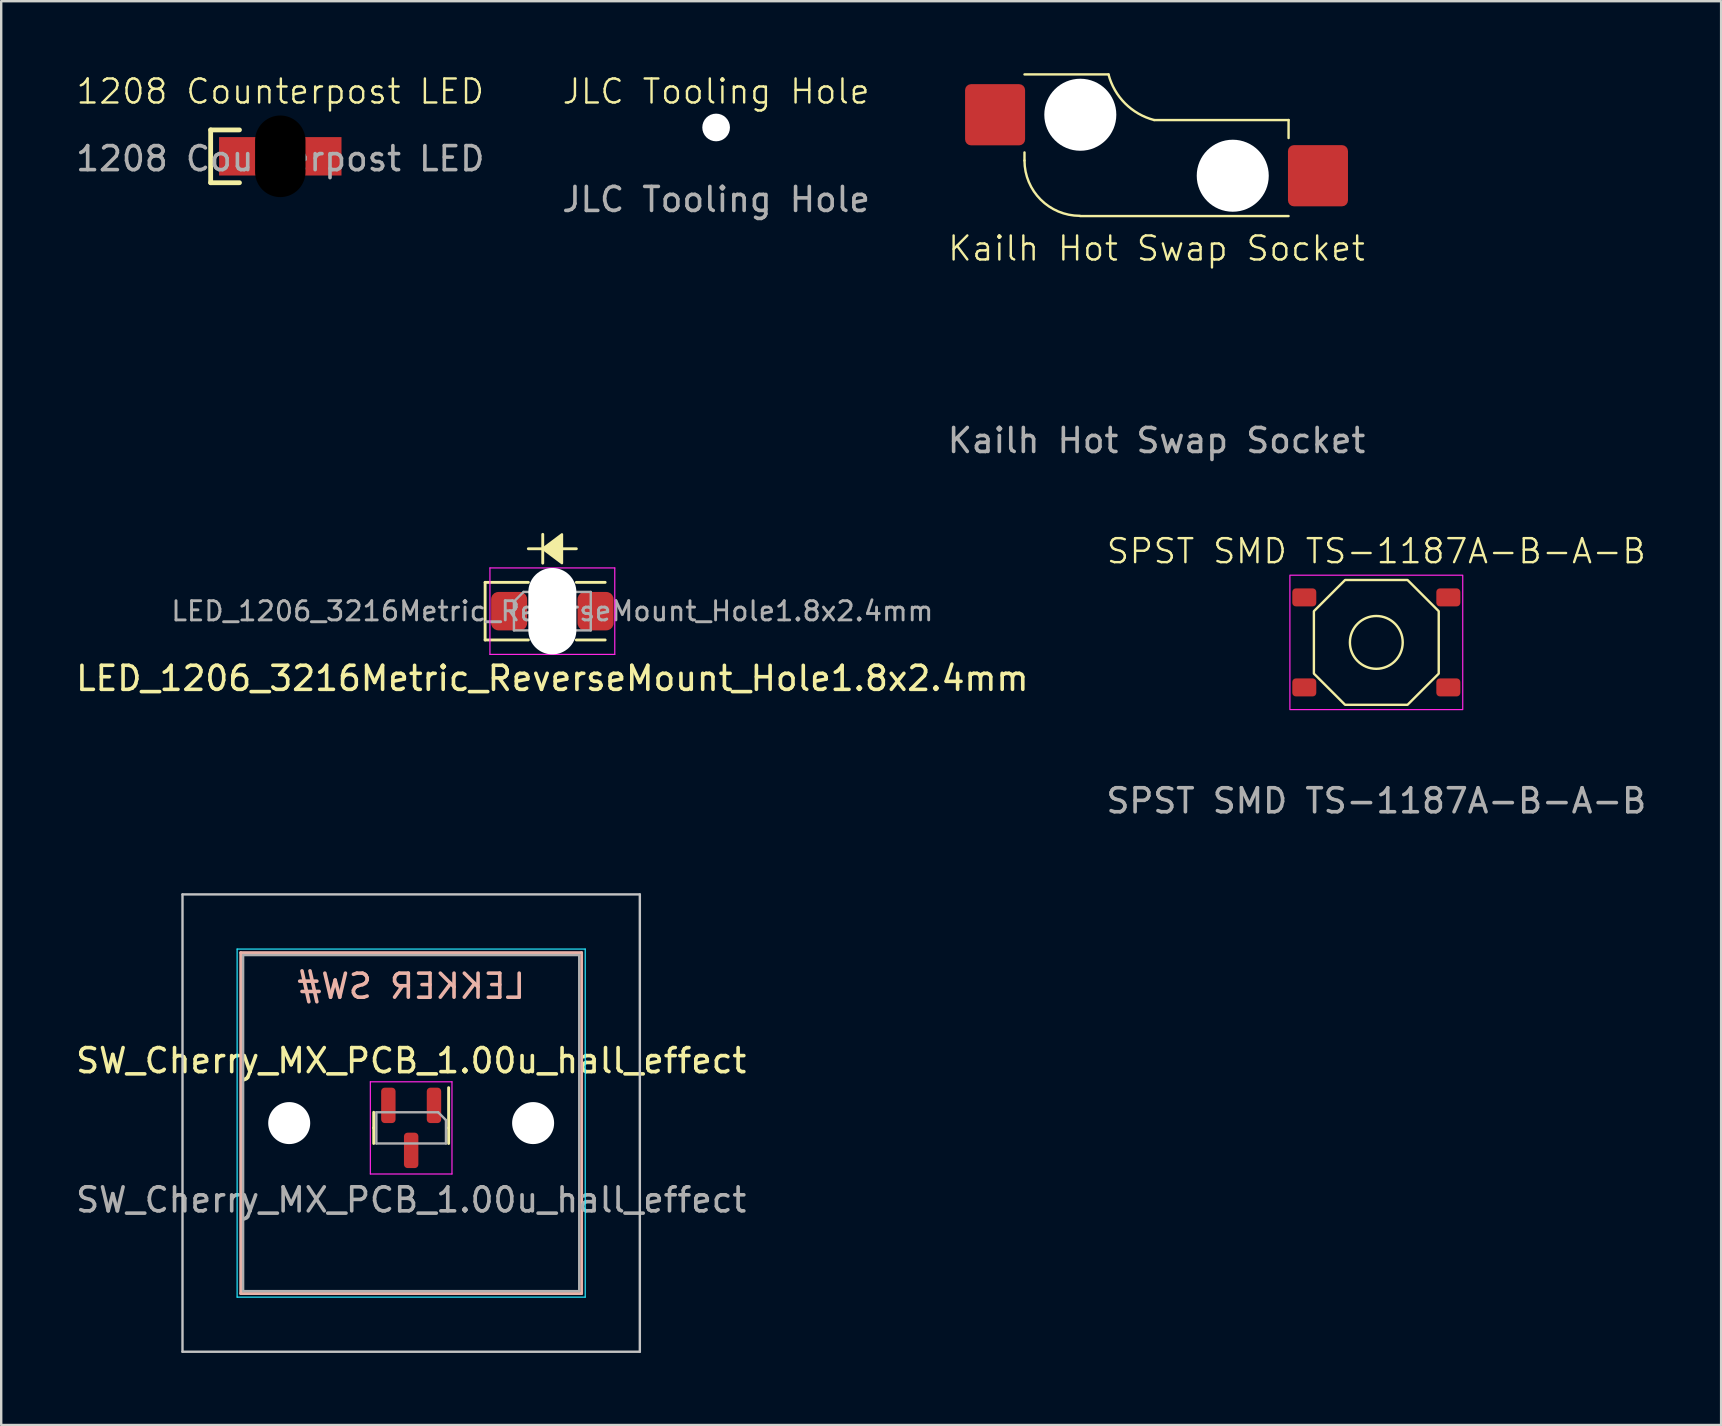
<source format=kicad_pcb>
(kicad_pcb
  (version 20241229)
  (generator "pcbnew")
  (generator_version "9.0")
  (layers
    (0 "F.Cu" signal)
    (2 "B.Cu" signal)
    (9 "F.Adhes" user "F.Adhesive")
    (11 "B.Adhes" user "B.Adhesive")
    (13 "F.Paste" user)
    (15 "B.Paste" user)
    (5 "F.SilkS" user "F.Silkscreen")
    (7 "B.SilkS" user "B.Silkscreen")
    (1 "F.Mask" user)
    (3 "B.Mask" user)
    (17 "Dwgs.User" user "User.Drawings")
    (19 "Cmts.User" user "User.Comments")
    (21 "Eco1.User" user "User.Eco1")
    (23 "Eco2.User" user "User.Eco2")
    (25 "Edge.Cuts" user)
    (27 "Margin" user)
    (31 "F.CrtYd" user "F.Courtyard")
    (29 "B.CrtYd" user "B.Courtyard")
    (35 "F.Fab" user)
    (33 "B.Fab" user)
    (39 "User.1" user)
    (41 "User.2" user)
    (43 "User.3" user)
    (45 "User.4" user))
  (footprint "JLC Tooling Hole"
    (layer "F.Cu")
    (at 26.78 2.26)
    (property "Reference" "JLC Tooling Hole" (at 0 -1.5 0) (unlocked yes) (layer "F.SilkS") (effects (font (size 1 1) (thickness 0.1))))
    (attr through_hole)
    (fp_text user "${REFERENCE}" (at 0 3 0) (unlocked yes) (layer "F.Fab") (effects (font (size 1 1) (thickness 0.15))))
    (pad "" np_thru_hole circle (at 0 0) (size 1.152 1.152) (drill 1.152) (layers "*.Cu" "*.Mask")))
  (footprint "SW_Cherry_MX_PCB_1.00u_hall_effect"
    (layer "F.Cu")
    (at 14.077 43.732)
    (property "Reference" "SW_Cherry_MX_PCB_1.00u_hall_effect" (at 0 -2.6 0) (layer "F.SilkS") (effects (font (size 1 1) (thickness 0.15))))
    (attr through_hole)
    (fp_line (start -1.56 0.2) (end -1.56 -0.45) (stroke (width 0.12) (type solid)) (layer "F.SilkS"))
    (fp_line (start -1.56 0.2) (end -1.56 0.85) (stroke (width 0.12) (type solid)) (layer "F.SilkS"))
    (fp_line (start 1.56 0.2) (end 1.56 -1.475) (stroke (width 0.12) (type solid)) (layer "F.SilkS"))
    (fp_line (start 1.56 0.2) (end 1.56 0.85) (stroke (width 0.12) (type solid)) (layer "F.SilkS"))
    (fp_line (start -7.1 -7.1) (end -7.1 7.1) (stroke (width 0.12) (type solid)) (layer "B.SilkS"))
    (fp_line (start -7.1 7.1) (end 7.1 7.1) (stroke (width 0.12) (type solid)) (layer "B.SilkS"))
    (fp_line (start 7.1 -7.1) (end -7.1 -7.1) (stroke (width 0.12) (type solid)) (layer "B.SilkS"))
    (fp_line (start 7.1 7.1) (end 7.1 -7.1) (stroke (width 0.12) (type solid)) (layer "B.SilkS"))
    (fp_line (start -9.525 -9.525) (end -9.525 9.525) (stroke (width 0.1) (type solid)) (layer "Dwgs.User"))
    (fp_line (start -9.525 9.525) (end 9.525 9.525) (stroke (width 0.1) (type solid)) (layer "Dwgs.User"))
    (fp_line (start 9.525 -9.525) (end -9.525 -9.525) (stroke (width 0.1) (type solid)) (layer "Dwgs.User"))
    (fp_line (start 9.525 9.525) (end 9.525 -9.525) (stroke (width 0.1) (type solid)) (layer "Dwgs.User"))
    (fp_line (start -7 -7) (end -7 7) (stroke (width 0.1) (type solid)) (layer "Eco1.User"))
    (fp_line (start -7 7) (end 7 7) (stroke (width 0.1) (type solid)) (layer "Eco1.User"))
    (fp_line (start 7 -7) (end -7 -7) (stroke (width 0.1) (type solid)) (layer "Eco1.User"))
    (fp_line (start 7 7) (end 7 -7) (stroke (width 0.1) (type solid)) (layer "Eco1.User"))
    (fp_line (start -7.25 -7.25) (end -7.25 7.25) (stroke (width 0.05) (type solid)) (layer "B.CrtYd"))
    (fp_line (start -7.25 7.25) (end 7.25 7.25) (stroke (width 0.05) (type solid)) (layer "B.CrtYd"))
    (fp_line (start 7.25 -7.25) (end -7.25 -7.25) (stroke (width 0.05) (type solid)) (layer "B.CrtYd"))
    (fp_line (start 7.25 7.25) (end 7.25 -7.25) (stroke (width 0.05) (type solid)) (layer "B.CrtYd"))
    (fp_line (start -1.7 -1.72) (end -1.7 2.12) (stroke (width 0.05) (type solid)) (layer "F.CrtYd"))
    (fp_line (start -1.7 2.12) (end 1.7 2.12) (stroke (width 0.05) (type solid)) (layer "F.CrtYd"))
    (fp_line (start 1.7 -1.72) (end -1.7 -1.72) (stroke (width 0.05) (type solid)) (layer "F.CrtYd"))
    (fp_line (start 1.7 2.12) (end 1.7 -1.72) (stroke (width 0.05) (type solid)) (layer "F.CrtYd"))
    (fp_line (start -7 -7) (end -7 7) (stroke (width 0.1) (type solid)) (layer "F.Fab"))
    (fp_line (start -7 7) (end 7 7) (stroke (width 0.1) (type solid)) (layer "F.Fab"))
    (fp_line (start -1.45 -0.45) (end 1.125 -0.45) (stroke (width 0.1) (type solid)) (layer "F.Fab"))
    (fp_line (start -1.45 0.85) (end -1.45 -0.45) (stroke (width 0.1) (type solid)) (layer "F.Fab"))
    (fp_line (start 1.125 -0.45) (end 1.45 -0.125) (stroke (width 0.1) (type solid)) (layer "F.Fab"))
    (fp_line (start 1.45 -0.125) (end 1.45 0.85) (stroke (width 0.1) (type solid)) (layer "F.Fab"))
    (fp_line (start 1.45 0.85) (end -1.45 0.85) (stroke (width 0.1) (type solid)) (layer "F.Fab"))
    (fp_line (start 7 -7) (end -7 -7) (stroke (width 0.1) (type solid)) (layer "F.Fab"))
    (fp_line (start 7 7) (end 7 -7) (stroke (width 0.1) (type solid)) (layer "F.Fab"))
    (fp_text user "LEKKER SW#" (at 0 -5.7 0) (unlocked yes) (layer "B.SilkS") (effects (font (size 1 1) (thickness 0.15)) (justify mirror)))
    (fp_text user "${REFERENCE}" (at 0 3.2 180) (layer "F.Fab") (effects (font (size 1 1) (thickness 0.15))))
    (pad "" np_thru_hole circle (at -5.08 0) (size 1.75 1.75) (drill 1.75) (layers "*.Cu" "*.Mask"))
    (pad "" np_thru_hole circle (at 5.08 0) (size 1.75 1.75) (drill 1.75) (layers "*.Cu" "*.Mask"))
    (pad "1" smd roundrect (at 0.95 -0.738 270) (size 1.475 0.6) (layers "F.Cu" "F.Mask" "F.Paste") (roundrect_rratio 0.25))
    (pad "2" smd roundrect (at -0.95 -0.738 270) (size 1.475 0.6) (layers "F.Cu" "F.Mask" "F.Paste") (roundrect_rratio 0.25))
    (pad "3" smd roundrect (at 0 1.137 270) (size 1.475 0.6) (layers "F.Cu" "F.Mask" "F.Paste") (roundrect_rratio 0.25))
    (zone (net_name "") (layers "F.Cu" "B.Cu" "F.SilkS") (hatch edge 0.508) (connect_pads) (min_thickness 0.254) (filled_areas_thickness no) (keepout (tracks allowed) (vias not_allowed) (pads allowed) (copperpour not_allowed) (footprints allowed)) (placement (enabled no)) (fill) (polygon (pts (xy 17.577 42.232) (xy 17.577 45.732) (xy 16.077 47.232) (xy 12.077 47.232) (xy 10.577 45.732) (xy 10.577 42.232) (xy 12.077 40.732) (xy 16.077 40.732)))))
  (footprint "1208 Counterpost LED"
    (layer "F.Cu")
    (at 8.625 3.461)
    (property "Reference" "1208 Counterpost LED" (at 0 -2.7 0) (unlocked yes) (layer "F.SilkS") (effects (font (size 1 1) (thickness 0.1))))
    (attr smd)
    (fp_line (start -2.9 -1.1) (end -1.7 -1.1) (stroke (width 0.2) (type default)) (layer "F.SilkS"))
    (fp_line (start -2.9 1.1) (end -2.9 -1.1) (stroke (width 0.2) (type default)) (layer "F.SilkS"))
    (fp_line (start -2.9 1.1) (end -1.7 1.1) (stroke (width 0.2) (type default)) (layer "F.SilkS"))
    (fp_text user "${REFERENCE}" (at 0 0.1 0) (unlocked yes) (layer "F.Fab") (effects (font (size 1 1) (thickness 0.15))))
    (pad "" np_thru_hole oval (at 0 0) (size 2.1 3.4) (drill oval 2.1 3.4) (layers "*.Mask"))
    (pad "1" smd rect (at -1.775 0) (size 1.55 1.6) (layers "F.Cu" "F.Mask" "F.Paste"))
    (pad "2" smd rect (at 1.775 0) (size 1.55 1.6) (layers "F.Cu" "F.Mask" "F.Paste")))
  (footprint "SPST SMD TS-1187A-B-A-B"
    (layer "F.Cu")
    (at 54.28 23.709)
    (property "Reference" "SPST SMD TS-1187A-B-A-B" (at 0 -3.8 0) (unlocked yes) (layer "F.SilkS") (effects (font (size 1 1) (thickness 0.1))))
    (attr smd)
    (fp_circle (center 0 0) (end 1.1 0) (stroke (width 0.1) (type solid)) (fill no) (layer "F.SilkS"))
    (fp_poly (pts (xy 1.3 -2.6) (xy 2.6 -1.3) (xy 2.6 1.3) (xy 1.3 2.6) (xy -1.3 2.6) (xy -2.6 1.3) (xy -2.6 -1.3) (xy -1.3 -2.6)) (stroke (width 0.1) (type solid)) (fill no) (layer "F.SilkS"))
    (fp_rect (start -3.6 -2.8) (end 3.6 2.8) (stroke (width 0.05) (type solid)) (fill no) (layer "F.CrtYd"))
    (fp_text user "${REFERENCE}" (at 0 6.6 0) (unlocked yes) (layer "F.Fab") (effects (font (size 1 1) (thickness 0.15))))
    (pad "1" smd roundrect (at -3 -1.875) (size 1 0.75) (layers "F.Cu" "F.Mask" "F.Paste") (roundrect_rratio 0.2))
    (pad "1" smd roundrect (at 3 -1.875) (size 1 0.75) (layers "F.Cu" "F.Mask" "F.Paste") (roundrect_rratio 0.2))
    (pad "2" smd roundrect (at -3 1.875) (size 1 0.75) (layers "F.Cu" "F.Mask" "F.Paste") (roundrect_rratio 0.2))
    (pad "2" smd roundrect (at 3 1.875) (size 1 0.75) (layers "F.Cu" "F.Mask" "F.Paste") (roundrect_rratio 0.2)))
  (footprint "LED_1206_3216Metric_ReverseMount_Hole1.8x2.4mm"
    (layer "F.Cu")
    (at 19.958 22.408)
    (property "Reference" "LED_1206_3216Metric_ReverseMount_Hole1.8x2.4mm" (at 0 2.8 0) (layer "F.SilkS") (effects (font (size 1 1) (thickness 0.15))))
    (attr smd)
    (fp_line (start -2.8 -1.2) (end -2.8 1.2) (stroke (width 0.12) (type solid)) (layer "F.SilkS"))
    (fp_line (start -2.8 1.2) (end -1 1.2) (stroke (width 0.12) (type solid)) (layer "F.SilkS"))
    (fp_line (start -1 -1.2) (end -2.8 -1.2) (stroke (width 0.12) (type solid)) (layer "F.SilkS"))
    (fp_line (start -0.4 -3.2) (end -0.4 -2) (stroke (width 0.12) (type solid)) (layer "F.SilkS"))
    (fp_line (start -0.4 -2.6) (end -1 -2.6) (stroke (width 0.12) (type solid)) (layer "F.SilkS"))
    (fp_line (start 0.4 -2.6) (end 1 -2.6) (stroke (width 0.12) (type solid)) (layer "F.SilkS"))
    (fp_line (start 1 -1.2) (end 2.2 -1.2) (stroke (width 0.12) (type solid)) (layer "F.SilkS"))
    (fp_line (start 1 1.2) (end 2.2 1.2) (stroke (width 0.12) (type solid)) (layer "F.SilkS"))
    (fp_poly (pts (xy 0.4 -2) (xy -0.4 -2.6) (xy 0.4 -3.2)) (stroke (width 0.1) (type solid)) (fill yes) (layer "F.SilkS"))
    (fp_line (start -2.6 -1.8) (end 2.6 -1.8) (stroke (width 0.05) (type solid)) (layer "F.CrtYd"))
    (fp_line (start -2.6 1.8) (end -2.6 -1.8) (stroke (width 0.05) (type solid)) (layer "F.CrtYd"))
    (fp_line (start 2.6 -1.8) (end 2.6 1.8) (stroke (width 0.05) (type solid)) (layer "F.CrtYd"))
    (fp_line (start 2.6 1.8) (end -2.6 1.8) (stroke (width 0.05) (type solid)) (layer "F.CrtYd"))
    (fp_line (start -1.6 -0.4) (end -1.6 0.8) (stroke (width 0.1) (type solid)) (layer "F.Fab"))
    (fp_line (start -1.6 0.8) (end 1.6 0.8) (stroke (width 0.1) (type solid)) (layer "F.Fab"))
    (fp_line (start -1.2 -0.8) (end -1.6 -0.4) (stroke (width 0.1) (type solid)) (layer "F.Fab"))
    (fp_line (start 1.6 -0.8) (end -1.2 -0.8) (stroke (width 0.1) (type solid)) (layer "F.Fab"))
    (fp_line (start 1.6 0.8) (end 1.6 -0.8) (stroke (width 0.1) (type solid)) (layer "F.Fab"))
    (fp_text user "${REFERENCE}" (at 0 0 0) (layer "F.Fab") (effects (font (size 0.8 0.8) (thickness 0.12))))
    (pad "" np_thru_hole oval (at 0 0) (size 2 3.6) (drill oval 2 3.6) (layers "*.Cu" "*.Mask"))
    (pad "1" smd roundrect (at -1.8 0) (size 1.5 1.6) (layers "F.Cu" "F.Mask" "F.Paste") (roundrect_rratio 0.2))
    (pad "2" smd roundrect (at 1.8 0) (size 1.5 1.6) (layers "F.Cu" "F.Mask" "F.Paste") (roundrect_rratio 0.2)))
  (footprint "Kailh Hot Swap Socket"
    (layer "F.Cu")
    (at 45.125 3)
    (property "Reference" "Kailh Hot Swap Socket" (at 0 4.3 0) (unlocked yes) (layer "F.SilkS") (effects (font (size 1 1) (thickness 0.1))))
    (attr through_hole)
    (fp_line (start -5.5 -2.95) (end -2 -2.95) (stroke (width 0.1) (type solid)) (layer "F.SilkS"))
    (fp_line (start -5.5 0.3) (end -5.5 0.636) (stroke (width 0.1) (type solid)) (layer "F.SilkS"))
    (fp_line (start -0.1 -1.05) (end 5.5 -1.05) (stroke (width 0.1) (type solid)) (layer "F.SilkS"))
    (fp_line (start 5.5 -1.05) (end 5.5 -0.3) (stroke (width 0.1) (type solid)) (layer "F.SilkS"))
    (fp_line (start 5.5 2.95) (end -3.186 2.95) (stroke (width 0.1) (type solid)) (layer "F.SilkS"))
    (fp_arc (start -3.196 2.94) (mid -4.825174 2.265174) (end -5.5 0.636) (stroke (width 0.1) (type solid)) (layer "F.SilkS"))
    (fp_arc (start -0.1 -1.05) (mid -1.30799 -1.741706) (end -1.999892 -2.949584) (stroke (width 0.1) (type solid)) (layer "F.SilkS"))
    (fp_text user "${REFERENCE}" (at 0 12.3 0) (unlocked yes) (layer "F.Fab") (effects (font (size 1 1) (thickness 0.15))))
    (pad "" np_thru_hole circle (at -3.175 -1.27) (size 3 3) (drill 3) (layers "*.Cu" "*.Mask"))
    (pad "" np_thru_hole circle (at 3.175 1.27) (size 3 3) (drill 3) (layers "*.Cu" "*.Mask"))
    (pad "1" smd roundrect (at -6.725 -1.27) (size 2.5 2.55) (layers "F.Cu" "F.Mask" "F.Paste") (roundrect_rratio 0.1))
    (pad "2" smd roundrect (at 6.725 1.27) (size 2.5 2.55) (layers "F.Cu" "F.Mask" "F.Paste") (roundrect_rratio 0.1)))
  (gr_rect
    (start -3 -3)
    (end 68.643 56.307)
    (stroke (width 0.1) (type default))
    (fill no)
    (layer "Edge.Cuts")))
</source>
